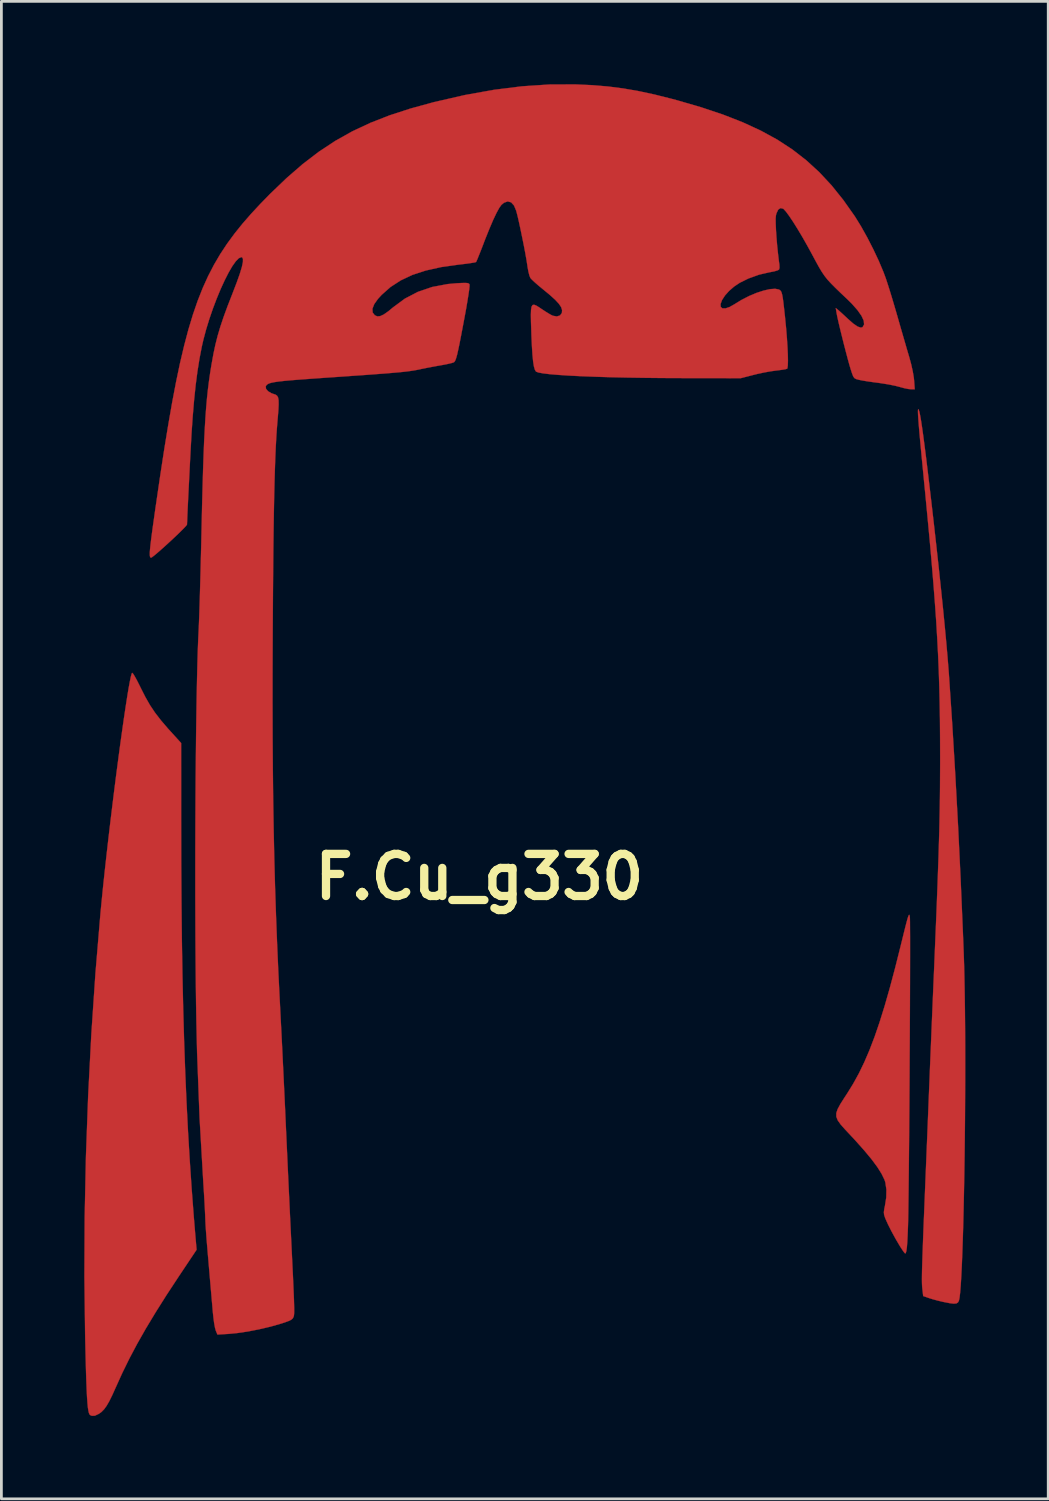
<source format=kicad_pcb>
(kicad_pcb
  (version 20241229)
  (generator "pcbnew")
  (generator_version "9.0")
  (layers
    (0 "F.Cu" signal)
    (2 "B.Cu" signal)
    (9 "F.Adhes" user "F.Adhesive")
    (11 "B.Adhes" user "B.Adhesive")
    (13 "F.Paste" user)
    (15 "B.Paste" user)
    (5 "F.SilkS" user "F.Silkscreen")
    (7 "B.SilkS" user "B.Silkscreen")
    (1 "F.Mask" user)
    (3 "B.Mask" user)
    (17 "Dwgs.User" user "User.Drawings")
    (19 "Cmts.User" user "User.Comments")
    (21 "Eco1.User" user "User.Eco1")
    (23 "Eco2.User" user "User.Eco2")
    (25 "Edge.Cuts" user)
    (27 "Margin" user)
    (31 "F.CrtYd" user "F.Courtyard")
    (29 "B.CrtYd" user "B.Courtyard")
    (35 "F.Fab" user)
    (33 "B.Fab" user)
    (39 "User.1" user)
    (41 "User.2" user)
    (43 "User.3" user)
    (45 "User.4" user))
  (footprint "F.Cu_g330"
    (layer "F.Cu")
    (at 14.303 28.695)
    (property "Reference" "F.Cu_g330" (at 0 0 0) (layer "F.SilkS") (effects (font (size 1.524 1.524) (thickness 0.3))))
    (attr through_hole)
    (fp_poly (pts (xy -12.539 -7.362) (xy -12.48 -7.27) (xy -12.401 -7.127) (xy -12.308 -6.944) (xy -12.262 -6.85) (xy -12.091 -6.512) (xy -11.923 -6.218) (xy -11.74 -5.945) (xy -11.528 -5.67) (xy -11.272 -5.371) (xy -11.181 -5.271) (xy -10.796 -4.847) (xy -10.795 -1.926) (xy -10.792 -0.444) (xy -10.783 0.96) (xy -10.769 2.294) (xy -10.748 3.564) (xy -10.721 4.779) (xy -10.688 5.943) (xy -10.648 7.065) (xy -10.601 8.152) (xy -10.547 9.21) (xy -10.485 10.247) (xy -10.416 11.27) (xy -10.339 12.286) (xy -10.283 12.96) (xy -10.237 13.495) (xy -10.873 14.447) (xy -11.321 15.128) (xy -11.718 15.757) (xy -12.072 16.344) (xy -12.387 16.899) (xy -12.67 17.433) (xy -12.927 17.957) (xy -13.143 18.434) (xy -13.279 18.736) (xy -13.393 18.969) (xy -13.494 19.145) (xy -13.589 19.275) (xy -13.684 19.37) (xy -13.774 19.434) (xy -13.917 19.502) (xy -14.028 19.507) (xy -14.089 19.479) (xy -14.114 19.452) (xy -14.136 19.399) (xy -14.155 19.315) (xy -14.173 19.195) (xy -14.188 19.033) (xy -14.203 18.822) (xy -14.216 18.558) (xy -14.229 18.235) (xy -14.241 17.847) (xy -14.253 17.389) (xy -14.266 16.854) (xy -14.272 16.552) (xy -14.298 14.458) (xy -14.288 12.305) (xy -14.242 10.112) (xy -14.161 7.898) (xy -14.046 5.679) (xy -13.897 3.474) (xy -13.715 1.301) (xy -13.714 1.291) (xy -13.667 0.808) (xy -13.615 0.292) (xy -13.557 -0.249) (xy -13.495 -0.81) (xy -13.429 -1.385) (xy -13.361 -1.966) (xy -13.29 -2.549) (xy -13.219 -3.126) (xy -13.147 -3.692) (xy -13.075 -4.24) (xy -13.005 -4.765) (xy -12.936 -5.259) (xy -12.871 -5.718) (xy -12.809 -6.134) (xy -12.752 -6.501) (xy -12.701 -6.813) (xy -12.655 -7.064) (xy -12.617 -7.248) (xy -12.586 -7.359) (xy -12.569 -7.39) (xy -12.539 -7.362)) (stroke (width 0.01) (type solid)) (fill yes) (layer "F.Cu"))
    (fp_poly (pts (xy 15.567 1.374) (xy 15.577 1.409) (xy 15.582 1.439) (xy 15.585 1.504) (xy 15.588 1.648) (xy 15.589 1.864) (xy 15.591 2.146) (xy 15.591 2.488) (xy 15.591 2.883) (xy 15.59 3.327) (xy 15.589 3.812) (xy 15.587 4.332) (xy 15.585 4.881) (xy 15.582 5.454) (xy 15.579 6.043) (xy 15.575 6.643) (xy 15.572 7.247) (xy 15.568 7.85) (xy 15.564 8.445) (xy 15.559 9.026) (xy 15.555 9.587) (xy 15.55 10.121) (xy 15.545 10.623) (xy 15.54 11.086) (xy 15.535 11.504) (xy 15.53 11.872) (xy 15.526 12.182) (xy 15.521 12.429) (xy 15.517 12.594) (xy 15.504 12.941) (xy 15.491 13.21) (xy 15.475 13.407) (xy 15.457 13.539) (xy 15.436 13.611) (xy 15.414 13.631) (xy 15.381 13.598) (xy 15.317 13.509) (xy 15.234 13.382) (xy 15.212 13.346) (xy 15.059 13.085) (xy 14.913 12.817) (xy 14.787 12.567) (xy 14.694 12.359) (xy 14.687 12.34) (xy 14.651 12.232) (xy 14.642 12.134) (xy 14.658 12.011) (xy 14.679 11.917) (xy 14.728 11.607) (xy 14.734 11.313) (xy 14.696 11.057) (xy 14.666 10.964) (xy 14.562 10.749) (xy 14.407 10.502) (xy 14.197 10.219) (xy 13.928 9.895) (xy 13.598 9.525) (xy 13.44 9.356) (xy 13.23 9.132) (xy 13.075 8.956) (xy 12.972 8.81) (xy 12.921 8.68) (xy 12.92 8.549) (xy 12.969 8.403) (xy 13.065 8.225) (xy 13.207 8.001) (xy 13.317 7.833) (xy 13.532 7.485) (xy 13.736 7.114) (xy 13.931 6.712) (xy 14.12 6.272) (xy 14.305 5.789) (xy 14.488 5.255) (xy 14.672 4.664) (xy 14.859 4.01) (xy 15.052 3.285) (xy 15.253 2.483) (xy 15.265 2.434) (xy 15.349 2.093) (xy 15.415 1.827) (xy 15.466 1.629) (xy 15.504 1.492) (xy 15.533 1.408) (xy 15.552 1.372) (xy 15.567 1.374)) (stroke (width 0.01) (type solid)) (fill yes) (layer "F.Cu"))
    (fp_poly (pts (xy 15.905 -16.909) (xy 15.928 -16.835) (xy 15.955 -16.708) (xy 15.987 -16.525) (xy 16.024 -16.281) (xy 16.067 -15.976) (xy 16.116 -15.604) (xy 16.172 -15.163) (xy 16.234 -14.65) (xy 16.304 -14.061) (xy 16.382 -13.394) (xy 16.447 -12.827) (xy 16.539 -12.009) (xy 16.626 -11.218) (xy 16.706 -10.462) (xy 16.78 -9.748) (xy 16.845 -9.085) (xy 16.902 -8.48) (xy 16.949 -7.94) (xy 16.986 -7.474) (xy 16.996 -7.345) (xy 17.117 -5.539) (xy 17.227 -3.715) (xy 17.328 -1.857) (xy 17.42 0.049) (xy 17.504 2.019) (xy 17.532 2.731) (xy 17.547 3.187) (xy 17.559 3.692) (xy 17.569 4.239) (xy 17.577 4.822) (xy 17.583 5.437) (xy 17.586 6.077) (xy 17.587 6.736) (xy 17.586 7.409) (xy 17.583 8.09) (xy 17.579 8.773) (xy 17.572 9.453) (xy 17.564 10.123) (xy 17.554 10.778) (xy 17.542 11.412) (xy 17.529 12.02) (xy 17.515 12.595) (xy 17.499 13.132) (xy 17.482 13.625) (xy 17.464 14.068) (xy 17.445 14.456) (xy 17.425 14.783) (xy 17.404 15.043) (xy 17.382 15.23) (xy 17.359 15.339) (xy 17.357 15.344) (xy 17.323 15.404) (xy 17.267 15.438) (xy 17.175 15.446) (xy 17.032 15.43) (xy 16.824 15.389) (xy 16.787 15.382) (xy 16.598 15.337) (xy 16.407 15.285) (xy 16.279 15.245) (xy 16.066 15.171) (xy 16.034 14.899) (xy 16.028 14.838) (xy 16.024 14.766) (xy 16.021 14.678) (xy 16.02 14.567) (xy 16.021 14.428) (xy 16.024 14.256) (xy 16.03 14.044) (xy 16.038 13.788) (xy 16.049 13.48) (xy 16.062 13.117) (xy 16.078 12.691) (xy 16.098 12.198) (xy 16.121 11.632) (xy 16.147 10.986) (xy 16.147 10.986) (xy 16.165 10.547) (xy 16.185 10.048) (xy 16.207 9.516) (xy 16.229 8.974) (xy 16.25 8.449) (xy 16.269 7.965) (xy 16.277 7.768) (xy 16.291 7.429) (xy 16.307 7.018) (xy 16.326 6.548) (xy 16.348 6.031) (xy 16.37 5.482) (xy 16.394 4.912) (xy 16.418 4.335) (xy 16.442 3.763) (xy 16.466 3.21) (xy 16.468 3.154) (xy 16.502 2.336) (xy 16.533 1.595) (xy 16.56 0.924) (xy 16.583 0.314) (xy 16.603 -0.241) (xy 16.621 -0.75) (xy 16.635 -1.22) (xy 16.648 -1.658) (xy 16.657 -2.072) (xy 16.665 -2.471) (xy 16.671 -2.86) (xy 16.675 -3.249) (xy 16.677 -3.644) (xy 16.679 -4.053) (xy 16.679 -4.403) (xy 16.677 -5.065) (xy 16.672 -5.694) (xy 16.662 -6.3) (xy 16.648 -6.891) (xy 16.629 -7.476) (xy 16.604 -8.064) (xy 16.572 -8.663) (xy 16.535 -9.282) (xy 16.489 -9.93) (xy 16.436 -10.615) (xy 16.375 -11.347) (xy 16.306 -12.134) (xy 16.226 -12.984) (xy 16.138 -13.907) (xy 16.107 -14.217) (xy 16.052 -14.787) (xy 16.004 -15.277) (xy 15.965 -15.693) (xy 15.933 -16.04) (xy 15.909 -16.322) (xy 15.892 -16.544) (xy 15.881 -16.711) (xy 15.876 -16.828) (xy 15.877 -16.899) (xy 15.883 -16.931) (xy 15.886 -16.933) (xy 15.905 -16.909)) (stroke (width 0.01) (type solid)) (fill yes) (layer "F.Cu"))
    (fp_poly (pts (xy 3.493 -28.689) (xy 4.089 -28.662) (xy 4.651 -28.615) (xy 5.199 -28.545) (xy 5.754 -28.449) (xy 6.338 -28.324) (xy 6.97 -28.165) (xy 7.176 -28.11) (xy 8.038 -27.859) (xy 8.823 -27.596) (xy 9.538 -27.316) (xy 10.19 -27.015) (xy 10.786 -26.689) (xy 11.333 -26.332) (xy 11.838 -25.939) (xy 12.309 -25.507) (xy 12.752 -25.031) (xy 13.174 -24.505) (xy 13.583 -23.926) (xy 13.602 -23.897) (xy 13.817 -23.549) (xy 14.04 -23.15) (xy 14.258 -22.724) (xy 14.458 -22.299) (xy 14.627 -21.898) (xy 14.71 -21.675) (xy 14.768 -21.499) (xy 14.844 -21.262) (xy 14.93 -20.982) (xy 15.02 -20.679) (xy 15.11 -20.372) (xy 15.137 -20.278) (xy 15.225 -19.969) (xy 15.317 -19.652) (xy 15.405 -19.349) (xy 15.483 -19.079) (xy 15.547 -18.864) (xy 15.561 -18.817) (xy 15.631 -18.558) (xy 15.688 -18.301) (xy 15.726 -18.075) (xy 15.736 -17.981) (xy 15.76 -17.653) (xy 15.635 -17.653) (xy 15.52 -17.665) (xy 15.37 -17.696) (xy 15.295 -17.717) (xy 15.064 -17.778) (xy 14.808 -17.83) (xy 14.505 -17.878) (xy 14.278 -17.908) (xy 14.084 -17.935) (xy 13.898 -17.965) (xy 13.754 -17.993) (xy 13.727 -17.999) (xy 13.637 -18.024) (xy 13.577 -18.058) (xy 13.533 -18.119) (xy 13.491 -18.227) (xy 13.445 -18.367) (xy 13.397 -18.528) (xy 13.337 -18.745) (xy 13.269 -19.002) (xy 13.197 -19.28) (xy 13.126 -19.564) (xy 13.059 -19.835) (xy 13.002 -20.076) (xy 12.958 -20.271) (xy 12.933 -20.402) (xy 12.932 -20.405) (xy 12.901 -20.595) (xy 13.002 -20.512) (xy 13.082 -20.442) (xy 13.199 -20.335) (xy 13.328 -20.214) (xy 13.335 -20.207) (xy 13.538 -20.029) (xy 13.696 -19.922) (xy 13.812 -19.884) (xy 13.873 -19.904) (xy 13.927 -20) (xy 13.913 -20.138) (xy 13.833 -20.312) (xy 13.689 -20.517) (xy 13.484 -20.75) (xy 13.319 -20.913) (xy 13.072 -21.146) (xy 12.877 -21.335) (xy 12.722 -21.492) (xy 12.596 -21.63) (xy 12.491 -21.764) (xy 12.395 -21.906) (xy 12.297 -22.069) (xy 12.188 -22.267) (xy 12.056 -22.512) (xy 12.044 -22.535) (xy 11.866 -22.861) (xy 11.689 -23.172) (xy 11.518 -23.458) (xy 11.36 -23.711) (xy 11.219 -23.921) (xy 11.104 -24.078) (xy 11.018 -24.173) (xy 10.996 -24.19) (xy 10.899 -24.212) (xy 10.817 -24.155) (xy 10.754 -24.023) (xy 10.734 -23.941) (xy 10.725 -23.83) (xy 10.727 -23.651) (xy 10.737 -23.419) (xy 10.755 -23.15) (xy 10.779 -22.859) (xy 10.81 -22.563) (xy 10.844 -22.276) (xy 10.86 -22.162) (xy 10.864 -22.055) (xy 10.847 -21.986) (xy 10.793 -21.957) (xy 10.678 -21.923) (xy 10.526 -21.893) (xy 10.509 -21.891) (xy 10.127 -21.803) (xy 9.738 -21.663) (xy 9.424 -21.508) (xy 9.221 -21.372) (xy 9.039 -21.214) (xy 8.89 -21.047) (xy 8.784 -20.884) (xy 8.731 -20.739) (xy 8.737 -20.636) (xy 8.797 -20.583) (xy 8.908 -20.582) (xy 9.054 -20.63) (xy 9.216 -20.721) (xy 9.483 -20.885) (xy 9.759 -21.027) (xy 10.031 -21.142) (xy 10.289 -21.226) (xy 10.518 -21.278) (xy 10.708 -21.291) (xy 10.846 -21.264) (xy 10.893 -21.232) (xy 10.919 -21.2) (xy 10.941 -21.151) (xy 10.961 -21.077) (xy 10.982 -20.964) (xy 11.004 -20.804) (xy 11.029 -20.585) (xy 11.061 -20.295) (xy 11.071 -20.193) (xy 11.106 -19.837) (xy 11.133 -19.498) (xy 11.153 -19.187) (xy 11.166 -18.913) (xy 11.17 -18.687) (xy 11.165 -18.52) (xy 11.152 -18.42) (xy 11.14 -18.398) (xy 11.077 -18.379) (xy 10.953 -18.358) (xy 10.792 -18.337) (xy 10.741 -18.331) (xy 10.546 -18.304) (xy 10.306 -18.261) (xy 10.06 -18.208) (xy 9.927 -18.175) (xy 9.461 -18.055) (xy 7.345 -18.058) (xy 6.635 -18.061) (xy 5.958 -18.068) (xy 5.32 -18.078) (xy 4.725 -18.091) (xy 4.177 -18.108) (xy 3.681 -18.127) (xy 3.242 -18.149) (xy 2.863 -18.174) (xy 2.551 -18.2) (xy 2.309 -18.229) (xy 2.141 -18.26) (xy 2.053 -18.292) (xy 2.047 -18.298) (xy 2.008 -18.364) (xy 1.974 -18.482) (xy 1.946 -18.659) (xy 1.922 -18.9) (xy 1.902 -19.212) (xy 1.884 -19.6) (xy 1.879 -19.77) (xy 1.868 -20.097) (xy 1.864 -20.347) (xy 1.87 -20.527) (xy 1.889 -20.643) (xy 1.925 -20.703) (xy 1.981 -20.714) (xy 2.061 -20.683) (xy 2.168 -20.617) (xy 2.265 -20.551) (xy 2.414 -20.454) (xy 2.55 -20.371) (xy 2.647 -20.32) (xy 2.659 -20.315) (xy 2.803 -20.29) (xy 2.918 -20.325) (xy 2.985 -20.413) (xy 2.987 -20.423) (xy 2.994 -20.521) (xy 2.96 -20.627) (xy 2.879 -20.748) (xy 2.746 -20.892) (xy 2.554 -21.066) (xy 2.298 -21.277) (xy 2.137 -21.41) (xy 1.997 -21.532) (xy 1.894 -21.63) (xy 1.845 -21.685) (xy 1.811 -21.771) (xy 1.775 -21.913) (xy 1.743 -22.087) (xy 1.736 -22.14) (xy 1.707 -22.328) (xy 1.664 -22.572) (xy 1.611 -22.852) (xy 1.551 -23.149) (xy 1.49 -23.444) (xy 1.431 -23.716) (xy 1.378 -23.945) (xy 1.334 -24.111) (xy 1.332 -24.119) (xy 1.253 -24.307) (xy 1.149 -24.42) (xy 1.027 -24.454) (xy 0.893 -24.407) (xy 0.797 -24.328) (xy 0.719 -24.219) (xy 0.618 -24.034) (xy 0.497 -23.779) (xy 0.36 -23.458) (xy 0.207 -23.077) (xy 0.149 -22.924) (xy 0.065 -22.706) (xy -0.01 -22.518) (xy -0.069 -22.371) (xy -0.109 -22.281) (xy -0.121 -22.26) (xy -0.17 -22.245) (xy -0.289 -22.225) (xy -0.46 -22.2) (xy -0.669 -22.175) (xy -0.764 -22.164) (xy -1.387 -22.076) (xy -1.938 -21.953) (xy -2.422 -21.795) (xy -2.846 -21.596) (xy -3.216 -21.356) (xy -3.537 -21.072) (xy -3.67 -20.927) (xy -3.806 -20.736) (xy -3.871 -20.569) (xy -3.863 -20.432) (xy -3.787 -20.334) (xy -3.697 -20.293) (xy -3.592 -20.301) (xy -3.461 -20.361) (xy -3.293 -20.479) (xy -3.124 -20.619) (xy -2.696 -20.935) (xy -2.226 -21.18) (xy -1.711 -21.356) (xy -1.149 -21.462) (xy -0.841 -21.49) (xy -0.637 -21.501) (xy -0.502 -21.504) (xy -0.42 -21.496) (xy -0.377 -21.478) (xy -0.356 -21.447) (xy -0.356 -21.387) (xy -0.37 -21.256) (xy -0.398 -21.066) (xy -0.436 -20.829) (xy -0.482 -20.557) (xy -0.528 -20.308) (xy -0.606 -19.893) (xy -0.671 -19.553) (xy -0.724 -19.281) (xy -0.769 -19.069) (xy -0.805 -18.909) (xy -0.837 -18.794) (xy -0.864 -18.715) (xy -0.889 -18.666) (xy -0.915 -18.637) (xy -0.929 -18.628) (xy -1.002 -18.604) (xy -1.135 -18.572) (xy -1.304 -18.538) (xy -1.379 -18.525) (xy -1.608 -18.484) (xy -1.869 -18.435) (xy -2.112 -18.386) (xy -2.151 -18.377) (xy -2.253 -18.356) (xy -2.358 -18.337) (xy -2.471 -18.319) (xy -2.6 -18.302) (xy -2.752 -18.284) (xy -2.934 -18.266) (xy -3.152 -18.247) (xy -3.414 -18.225) (xy -3.726 -18.202) (xy -4.096 -18.174) (xy -4.529 -18.144) (xy -5.034 -18.108) (xy -5.567 -18.072) (xy -6.045 -18.038) (xy -6.445 -18.009) (xy -6.775 -17.983) (xy -7.042 -17.959) (xy -7.252 -17.936) (xy -7.413 -17.913) (xy -7.533 -17.889) (xy -7.617 -17.863) (xy -7.673 -17.833) (xy -7.709 -17.8) (xy -7.731 -17.761) (xy -7.733 -17.755) (xy -7.724 -17.671) (xy -7.651 -17.584) (xy -7.529 -17.511) (xy -7.449 -17.483) (xy -7.375 -17.458) (xy -7.322 -17.419) (xy -7.287 -17.356) (xy -7.269 -17.258) (xy -7.266 -17.112) (xy -7.275 -16.909) (xy -7.297 -16.636) (xy -7.306 -16.531) (xy -7.329 -16.25) (xy -7.35 -15.939) (xy -7.369 -15.595) (xy -7.386 -15.211) (xy -7.401 -14.785) (xy -7.415 -14.311) (xy -7.428 -13.785) (xy -7.439 -13.202) (xy -7.449 -12.559) (xy -7.458 -11.85) (xy -7.465 -11.072) (xy -7.472 -10.219) (xy -7.478 -9.287) (xy -7.48 -8.954) (xy -7.486 -7.588) (xy -7.487 -6.298) (xy -7.484 -5.075) (xy -7.476 -3.909) (xy -7.464 -2.792) (xy -7.446 -1.714) (xy -7.424 -0.666) (xy -7.396 0.36) (xy -7.362 1.374) (xy -7.323 2.385) (xy -7.279 3.401) (xy -7.228 4.433) (xy -7.218 4.614) (xy -7.193 5.113) (xy -7.164 5.668) (xy -7.135 6.257) (xy -7.106 6.856) (xy -7.078 7.441) (xy -7.052 7.989) (xy -7.029 8.477) (xy -7.029 8.488) (xy -6.996 9.215) (xy -6.966 9.87) (xy -6.939 10.464) (xy -6.914 11.009) (xy -6.89 11.516) (xy -6.867 11.999) (xy -6.845 12.467) (xy -6.822 12.934) (xy -6.818 13.018) (xy -6.791 13.574) (xy -6.768 14.053) (xy -6.748 14.459) (xy -6.733 14.8) (xy -6.721 15.08) (xy -6.712 15.308) (xy -6.707 15.488) (xy -6.704 15.628) (xy -6.704 15.732) (xy -6.706 15.808) (xy -6.711 15.862) (xy -6.718 15.9) (xy -6.727 15.927) (xy -6.758 15.983) (xy -6.813 16.03) (xy -6.909 16.076) (xy -7.061 16.131) (xy -7.184 16.17) (xy -7.561 16.278) (xy -7.97 16.374) (xy -8.381 16.454) (xy -8.768 16.511) (xy -9.064 16.54) (xy -9.482 16.565) (xy -9.543 16.419) (xy -9.57 16.319) (xy -9.6 16.158) (xy -9.627 15.957) (xy -9.649 15.746) (xy -9.698 15.177) (xy -9.741 14.687) (xy -9.777 14.267) (xy -9.807 13.911) (xy -9.833 13.612) (xy -9.854 13.363) (xy -9.871 13.158) (xy -9.884 12.989) (xy -9.894 12.85) (xy -9.902 12.734) (xy -9.909 12.633) (xy -9.914 12.542) (xy -9.918 12.454) (xy -9.922 12.361) (xy -9.926 12.257) (xy -9.926 12.245) (xy -9.937 12.02) (xy -9.952 11.742) (xy -9.969 11.446) (xy -9.987 11.164) (xy -9.99 11.123) (xy -10.129 8.715) (xy -10.219 6.342) (xy -10.245 5.228) (xy -10.256 4.55) (xy -10.265 3.827) (xy -10.272 3.066) (xy -10.278 2.275) (xy -10.281 1.459) (xy -10.284 0.627) (xy -10.284 -0.216) (xy -10.283 -1.062) (xy -10.28 -1.905) (xy -10.276 -2.737) (xy -10.271 -3.553) (xy -10.263 -4.344) (xy -10.255 -5.105) (xy -10.245 -5.828) (xy -10.234 -6.507) (xy -10.221 -7.134) (xy -10.208 -7.703) (xy -10.193 -8.207) (xy -10.176 -8.64) (xy -10.161 -8.954) (xy -10.153 -9.137) (xy -10.143 -9.395) (xy -10.132 -9.719) (xy -10.12 -10.098) (xy -10.108 -10.523) (xy -10.095 -10.986) (xy -10.083 -11.475) (xy -10.07 -11.981) (xy -10.059 -12.495) (xy -10.055 -12.658) (xy -10.038 -13.424) (xy -10.02 -14.113) (xy -10.002 -14.732) (xy -9.983 -15.286) (xy -9.963 -15.783) (xy -9.94 -16.23) (xy -9.916 -16.635) (xy -9.889 -17.003) (xy -9.859 -17.341) (xy -9.825 -17.658) (xy -9.787 -17.959) (xy -9.745 -18.251) (xy -9.698 -18.542) (xy -9.692 -18.574) (xy -9.626 -18.938) (xy -9.555 -19.272) (xy -9.473 -19.594) (xy -9.376 -19.921) (xy -9.259 -20.271) (xy -9.116 -20.661) (xy -8.941 -21.109) (xy -8.936 -21.123) (xy -8.786 -21.513) (xy -8.673 -21.83) (xy -8.598 -22.078) (xy -8.56 -22.258) (xy -8.558 -22.375) (xy -8.591 -22.431) (xy -8.617 -22.437) (xy -8.709 -22.397) (xy -8.819 -22.285) (xy -8.944 -22.109) (xy -9.079 -21.877) (xy -9.22 -21.599) (xy -9.365 -21.284) (xy -9.508 -20.939) (xy -9.646 -20.575) (xy -9.775 -20.2) (xy -9.891 -19.822) (xy -9.99 -19.451) (xy -10.048 -19.198) (xy -10.132 -18.764) (xy -10.205 -18.305) (xy -10.27 -17.809) (xy -10.327 -17.263) (xy -10.378 -16.655) (xy -10.413 -16.15) (xy -10.423 -15.991) (xy -10.435 -15.773) (xy -10.45 -15.506) (xy -10.466 -15.202) (xy -10.483 -14.874) (xy -10.5 -14.533) (xy -10.517 -14.191) (xy -10.534 -13.859) (xy -10.549 -13.55) (xy -10.562 -13.275) (xy -10.572 -13.046) (xy -10.579 -12.874) (xy -10.583 -12.772) (xy -10.583 -12.757) (xy -10.613 -12.714) (xy -10.696 -12.625) (xy -10.819 -12.502) (xy -10.971 -12.355) (xy -11.141 -12.195) (xy -11.317 -12.033) (xy -11.488 -11.879) (xy -11.642 -11.744) (xy -11.768 -11.638) (xy -11.853 -11.573) (xy -11.884 -11.557) (xy -11.907 -11.565) (xy -11.922 -11.592) (xy -11.93 -11.646) (xy -11.931 -11.733) (xy -11.922 -11.861) (xy -11.904 -12.036) (xy -11.876 -12.265) (xy -11.838 -12.555) (xy -11.788 -12.912) (xy -11.727 -13.344) (xy -11.703 -13.506) (xy -11.552 -14.538) (xy -11.406 -15.491) (xy -11.262 -16.369) (xy -11.121 -17.178) (xy -10.979 -17.923) (xy -10.835 -18.608) (xy -10.686 -19.238) (xy -10.532 -19.82) (xy -10.37 -20.356) (xy -10.199 -20.853) (xy -10.016 -21.316) (xy -9.82 -21.749) (xy -9.609 -22.157) (xy -9.381 -22.546) (xy -9.134 -22.92) (xy -8.867 -23.284) (xy -8.578 -23.644) (xy -8.264 -24.004) (xy -7.924 -24.37) (xy -7.578 -24.725) (xy -6.981 -25.297) (xy -6.398 -25.804) (xy -5.815 -26.25) (xy -5.22 -26.643) (xy -4.602 -26.99) (xy -3.948 -27.297) (xy -3.247 -27.571) (xy -2.486 -27.818) (xy -1.654 -28.046) (xy -1.638 -28.05) (xy -0.53 -28.304) (xy 0.529 -28.494) (xy 1.546 -28.621) (xy 2.527 -28.686) (xy 3.479 -28.69) (xy 3.493 -28.689)) (stroke (width 0.01) (type solid)) (fill yes) (layer "F.Cu")))
  (gr_rect
    (start -3 -3)
    (end 34.895 51.206)
    (stroke (width 0.1) (type default))
    (fill no)
    (layer "Edge.Cuts")))
</source>
